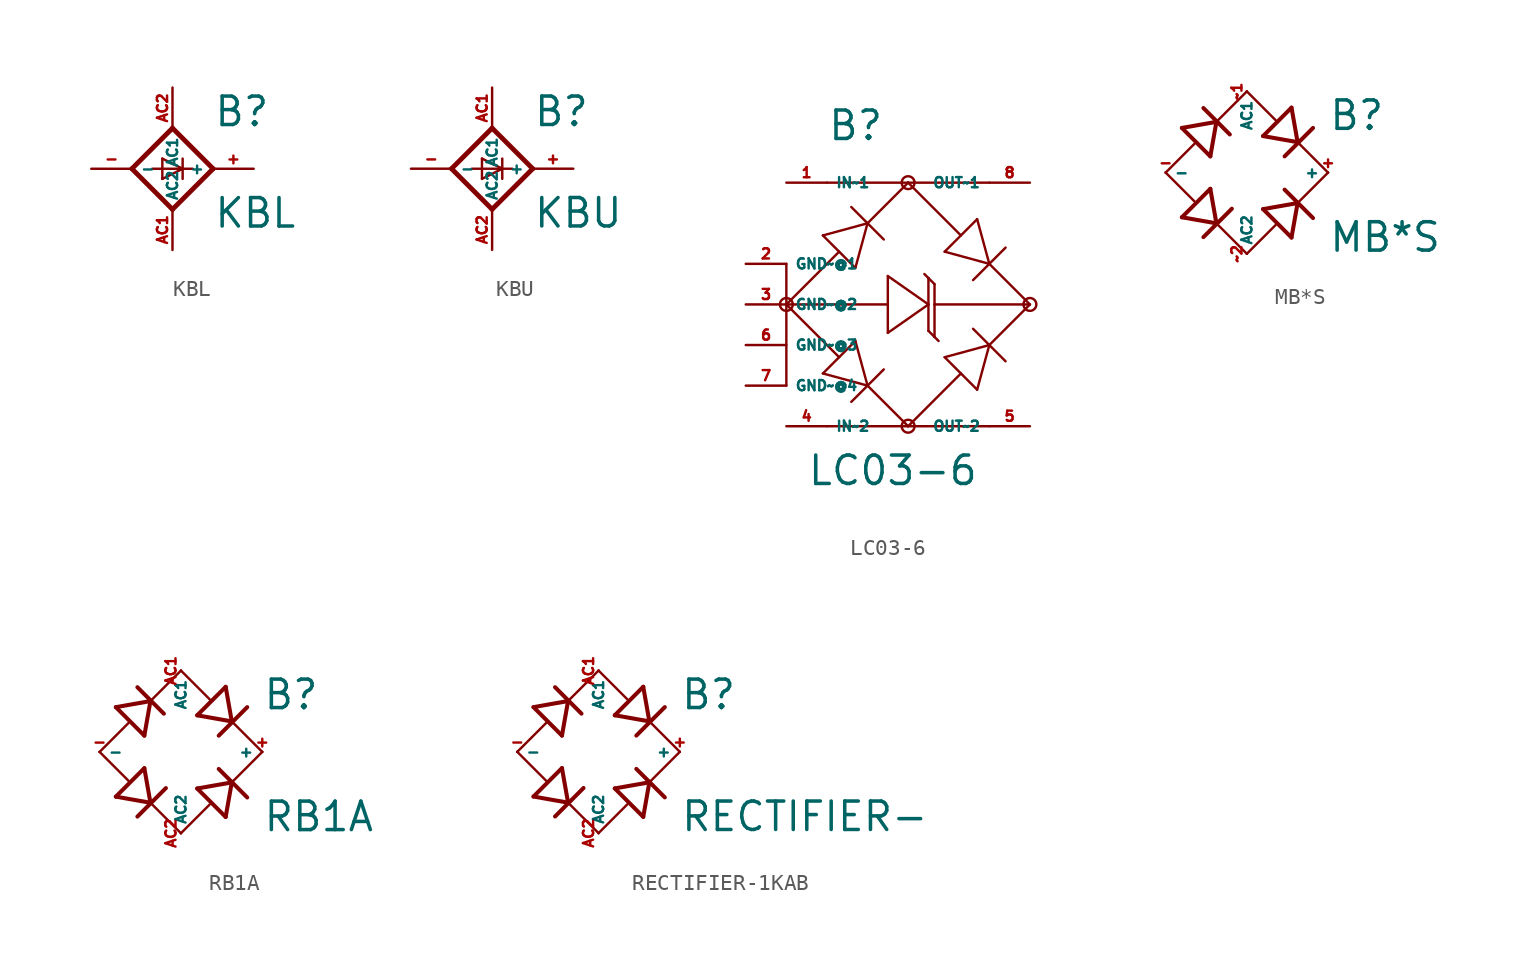
<source format=kicad_sym>
(kicad_symbol_lib
  (version 20220914)
  (generator Eagle2Kicad)
  (symbol "KBL"
    (property "Reference" "B"
      (at 2.54 2.54 0)
      (effects (font (size 1.778 1.778) (thickness 0.22)) (justify left bottom)))
    (property "Value" "KBL"
      (at 2.54 -3.81 0)
      (effects (font (size 1.778 1.778) (thickness 0.22)) (justify left bottom)))
    (polyline
      (pts (xy 0 -2.54) (xy 2.54 0))
      (stroke (width 0.305) (type default))
      (fill (type none)))
    (polyline
      (pts (xy 0 2.54) (xy -2.54 0))
      (stroke (width 0.305) (type default))
      (fill (type none)))
    (polyline
      (pts (xy -2.54 0) (xy 0 -2.54))
      (stroke (width 0.305) (type default))
      (fill (type none)))
    (polyline
      (pts (xy 2.54 0) (xy 0 2.54))
      (stroke (width 0.305) (type default))
      (fill (type none)))
    (polyline
      (pts (xy -1.27 0) (xy 0.635 0))
      (stroke (width 0.152) (type default))
      (fill (type none)))
    (polyline
      (pts (xy -0.635 0.635) (xy -0.635 -0.635))
      (stroke (width 0.152) (type default))
      (fill (type none)))
    (polyline
      (pts (xy -0.635 0.635) (xy 0.635 0))
      (stroke (width 0.152) (type default))
      (fill (type none)))
    (polyline
      (pts (xy 0.635 0) (xy 1.27 0))
      (stroke (width 0.152) (type default))
      (fill (type none)))
    (polyline
      (pts (xy 0.635 0) (xy -0.635 -0.635))
      (stroke (width 0.152) (type default))
      (fill (type none)))
    (polyline
      (pts (xy 0.635 0.635) (xy 0.635 -0.635))
      (stroke (width 0.152) (type default))
      (fill (type none)))
    (pin passive line
      (at 0 5.08 270)
      (length 2.54)
      (name "AC1" (effects (font (size 0.635 0.635) (thickness 0.08)) (justify left bottom)))
      (number "AC2" (effects (font (size 0.635 0.635) (thickness 0.08)) (justify left bottom))))
    (pin passive line
      (at 0 -5.08 90)
      (length 2.54)
      (name "AC2" (effects (font (size 0.635 0.635) (thickness 0.08)) (justify left bottom)))
      (number "AC1" (effects (font (size 0.635 0.635) (thickness 0.08)) (justify left bottom))))
    (pin passive line
      (at -5.08 0 0)
      (length 2.54)
      (name "-" (effects (font (size 0.635 0.635) (thickness 0.08)) (justify left bottom)))
      (number "-" (effects (font (size 0.635 0.635) (thickness 0.08)) (justify left bottom))))
    (pin passive line
      (at 5.08 0 180)
      (length 2.54)
      (name "+" (effects (font (size 0.635 0.635) (thickness 0.08)) (justify left bottom)))
      (number "+" (effects (font (size 0.635 0.635) (thickness 0.08)) (justify left bottom)))))
  (symbol "KBU"
    (property "Reference" "B"
      (at 2.54 2.54 0)
      (effects (font (size 1.778 1.778) (thickness 0.22)) (justify left bottom)))
    (property "Value" "KBU"
      (at 2.54 -3.81 0)
      (effects (font (size 1.778 1.778) (thickness 0.22)) (justify left bottom)))
    (polyline
      (pts (xy 0 -2.54) (xy 2.54 0))
      (stroke (width 0.305) (type default))
      (fill (type none)))
    (polyline
      (pts (xy 0 2.54) (xy -2.54 0))
      (stroke (width 0.305) (type default))
      (fill (type none)))
    (polyline
      (pts (xy -2.54 0) (xy 0 -2.54))
      (stroke (width 0.305) (type default))
      (fill (type none)))
    (polyline
      (pts (xy 2.54 0) (xy 0 2.54))
      (stroke (width 0.305) (type default))
      (fill (type none)))
    (polyline
      (pts (xy -1.27 0) (xy 0.635 0))
      (stroke (width 0.152) (type default))
      (fill (type none)))
    (polyline
      (pts (xy -0.635 0.635) (xy -0.635 -0.635))
      (stroke (width 0.152) (type default))
      (fill (type none)))
    (polyline
      (pts (xy -0.635 0.635) (xy 0.635 0))
      (stroke (width 0.152) (type default))
      (fill (type none)))
    (polyline
      (pts (xy 0.635 0) (xy 1.27 0))
      (stroke (width 0.152) (type default))
      (fill (type none)))
    (polyline
      (pts (xy 0.635 0) (xy -0.635 -0.635))
      (stroke (width 0.152) (type default))
      (fill (type none)))
    (polyline
      (pts (xy 0.635 0.635) (xy 0.635 -0.635))
      (stroke (width 0.152) (type default))
      (fill (type none)))
    (pin passive line
      (at 0 5.08 270)
      (length 2.54)
      (name "AC1" (effects (font (size 0.635 0.635) (thickness 0.08)) (justify left bottom)))
      (number "AC1" (effects (font (size 0.635 0.635) (thickness 0.08)) (justify left bottom))))
    (pin passive line
      (at 0 -5.08 90)
      (length 2.54)
      (name "AC2" (effects (font (size 0.635 0.635) (thickness 0.08)) (justify left bottom)))
      (number "AC2" (effects (font (size 0.635 0.635) (thickness 0.08)) (justify left bottom))))
    (pin passive line
      (at -5.08 0 0)
      (length 2.54)
      (name "-" (effects (font (size 0.635 0.635) (thickness 0.08)) (justify left bottom)))
      (number "-" (effects (font (size 0.635 0.635) (thickness 0.08)) (justify left bottom))))
    (pin passive line
      (at 5.08 0 180)
      (length 2.54)
      (name "+" (effects (font (size 0.635 0.635) (thickness 0.08)) (justify left bottom)))
      (number "+" (effects (font (size 0.635 0.635) (thickness 0.08)) (justify left bottom)))))
  (symbol "LC03-6"
    (property "Reference" "B"
      (at -12.7 10.16 0)
      (effects (font (size 1.778 1.778) (thickness 0.22)) (justify left bottom)))
    (property "Value" "LC03-6"
      (at -13.97 -11.43 0)
      (effects (font (size 1.778 1.778) (thickness 0.22)) (justify left bottom)))
    (polyline
      (pts (xy -15.24 -5.08) (xy -15.24 0))
      (stroke (width 0.152) (type default))
      (fill (type none)))
    (polyline
      (pts (xy -15.24 0) (xy -11.938 3.302))
      (stroke (width 0.152) (type default))
      (fill (type none)))
    (polyline
      (pts (xy -10.16 5.08) (xy -7.62 7.62))
      (stroke (width 0.152) (type default))
      (fill (type none)))
    (polyline
      (pts (xy -15.24 0) (xy -15.24 2.54))
      (stroke (width 0.152) (type default))
      (fill (type none)))
    (polyline
      (pts (xy -12.7 7.62) (xy -7.62 7.62))
      (stroke (width 0.152) (type default))
      (fill (type none)))
    (polyline
      (pts (xy -7.62 7.62) (xy -2.54 7.62))
      (stroke (width 0.152) (type default))
      (fill (type none)))
    (polyline
      (pts (xy -7.62 -7.62) (xy -12.7 -7.62))
      (stroke (width 0.152) (type default))
      (fill (type none)))
    (polyline
      (pts (xy -7.62 -7.62) (xy -2.54 -7.62))
      (stroke (width 0.152) (type default))
      (fill (type none)))
    (polyline
      (pts (xy -12.954 4.318) (xy -10.922 2.286))
      (stroke (width 0.152) (type default))
      (fill (type none)))
    (polyline
      (pts (xy -10.922 2.286) (xy -10.16 5.08))
      (stroke (width 0.152) (type default))
      (fill (type none)))
    (polyline
      (pts (xy -10.16 5.08) (xy -12.954 4.318))
      (stroke (width 0.152) (type default))
      (fill (type none)))
    (polyline
      (pts (xy -11.176 6.096) (xy -10.16 5.08))
      (stroke (width 0.152) (type default))
      (fill (type none)))
    (polyline
      (pts (xy -10.16 5.08) (xy -9.144 4.064))
      (stroke (width 0.152) (type default))
      (fill (type none)))
    (polyline
      (pts (xy -7.62 7.62) (xy -4.318 4.318))
      (stroke (width 0.152) (type default))
      (fill (type none)))
    (polyline
      (pts (xy -2.54 2.54) (xy 0 0))
      (stroke (width 0.152) (type default))
      (fill (type none)))
    (polyline
      (pts (xy -3.302 5.334) (xy -5.334 3.302))
      (stroke (width 0.152) (type default))
      (fill (type none)))
    (polyline
      (pts (xy -5.334 3.302) (xy -2.54 2.54))
      (stroke (width 0.152) (type default))
      (fill (type none)))
    (polyline
      (pts (xy -2.54 2.54) (xy -3.302 5.334))
      (stroke (width 0.152) (type default))
      (fill (type none)))
    (polyline
      (pts (xy -1.524 3.556) (xy -2.54 2.54))
      (stroke (width 0.152) (type default))
      (fill (type none)))
    (polyline
      (pts (xy -2.54 2.54) (xy -3.556 1.524))
      (stroke (width 0.152) (type default))
      (fill (type none)))
    (polyline
      (pts (xy -7.62 -7.62) (xy -4.318 -4.318))
      (stroke (width 0.152) (type default))
      (fill (type none)))
    (polyline
      (pts (xy -2.54 -2.54) (xy 0 0))
      (stroke (width 0.152) (type default))
      (fill (type none)))
    (polyline
      (pts (xy -5.334 -3.302) (xy -3.302 -5.334))
      (stroke (width 0.152) (type default))
      (fill (type none)))
    (polyline
      (pts (xy -3.302 -5.334) (xy -2.54 -2.54))
      (stroke (width 0.152) (type default))
      (fill (type none)))
    (polyline
      (pts (xy -2.54 -2.54) (xy -5.334 -3.302))
      (stroke (width 0.152) (type default))
      (fill (type none)))
    (polyline
      (pts (xy -3.556 -1.524) (xy -2.54 -2.54))
      (stroke (width 0.152) (type default))
      (fill (type none)))
    (polyline
      (pts (xy -2.54 -2.54) (xy -1.524 -3.556))
      (stroke (width 0.152) (type default))
      (fill (type none)))
    (polyline
      (pts (xy -15.24 0) (xy -11.938 -3.302))
      (stroke (width 0.152) (type default))
      (fill (type none)))
    (polyline
      (pts (xy -10.16 -5.08) (xy -7.62 -7.62))
      (stroke (width 0.152) (type default))
      (fill (type none)))
    (polyline
      (pts (xy -10.922 -2.286) (xy -12.954 -4.318))
      (stroke (width 0.152) (type default))
      (fill (type none)))
    (polyline
      (pts (xy -12.954 -4.318) (xy -10.16 -5.08))
      (stroke (width 0.152) (type default))
      (fill (type none)))
    (polyline
      (pts (xy -10.16 -5.08) (xy -10.922 -2.286))
      (stroke (width 0.152) (type default))
      (fill (type none)))
    (polyline
      (pts (xy -9.144 -4.064) (xy -10.16 -5.08))
      (stroke (width 0.152) (type default))
      (fill (type none)))
    (polyline
      (pts (xy -10.16 -5.08) (xy -11.176 -6.096))
      (stroke (width 0.152) (type default))
      (fill (type none)))
    (polyline
      (pts (xy -15.24 0) (xy -8.89 0))
      (stroke (width 0.152) (type default))
      (fill (type none)))
    (polyline
      (pts (xy -8.89 0) (xy -8.89 1.778))
      (stroke (width 0.152) (type default))
      (fill (type none)))
    (polyline
      (pts (xy -8.89 1.778) (xy -6.35 0))
      (stroke (width 0.152) (type default))
      (fill (type none)))
    (polyline
      (pts (xy -8.89 0) (xy -8.89 -1.778))
      (stroke (width 0.152) (type default))
      (fill (type none)))
    (polyline
      (pts (xy -6.35 0) (xy -8.89 -1.778))
      (stroke (width 0.152) (type default))
      (fill (type none)))
    (polyline
      (pts (xy -6.35 0) (xy -6.35 1.651))
      (stroke (width 0.152) (type default))
      (fill (type none)))
    (polyline
      (pts (xy -6.604 1.905) (xy -6.35 1.651))
      (stroke (width 0.152) (type default))
      (fill (type none)))
    (polyline
      (pts (xy -6.35 1.651) (xy -5.969 1.27))
      (stroke (width 0.152) (type default))
      (fill (type none)))
    (polyline
      (pts (xy -5.969 1.27) (xy -5.969 0))
      (stroke (width 0.152) (type default))
      (fill (type none)))
    (polyline
      (pts (xy -5.969 0) (xy -5.969 -2.032))
      (stroke (width 0.152) (type default))
      (fill (type none)))
    (polyline
      (pts (xy -6.35 0) (xy -6.35 -1.651))
      (stroke (width 0.152) (type default))
      (fill (type none)))
    (polyline
      (pts (xy -5.715 -2.286) (xy -5.969 -2.032))
      (stroke (width 0.152) (type default))
      (fill (type none)))
    (polyline
      (pts (xy -5.969 -2.032) (xy -6.35 -1.651))
      (stroke (width 0.152) (type default))
      (fill (type none)))
    (polyline
      (pts (xy -5.969 0) (xy 0 0))
      (stroke (width 0.152) (type default))
      (fill (type none)))
    (circle
      (center 0 0)
      (radius 0.402)
      (stroke (width 0) (type default))
      (fill (type none)))
    (circle
      (center -7.62 7.62)
      (radius 0.402)
      (stroke (width 0) (type default))
      (fill (type none)))
    (circle
      (center -15.24 0)
      (radius 0.402)
      (stroke (width 0) (type default))
      (fill (type none)))
    (circle
      (center -7.62 -7.62)
      (radius 0.402)
      (stroke (width 0) (type default))
      (fill (type none)))
    (pin passive line
      (at -15.24 7.62 0)
      (length 2.54)
      (name "IN~1" (effects (font (size 0.635 0.635) (thickness 0.08)) (justify left bottom)))
      (number "1" (effects (font (size 0.635 0.635) (thickness 0.08)) (justify left bottom))))
    (pin passive line
      (at -15.24 -7.62 0)
      (length 2.54)
      (name "IN~2" (effects (font (size 0.635 0.635) (thickness 0.08)) (justify left bottom)))
      (number "4" (effects (font (size 0.635 0.635) (thickness 0.08)) (justify left bottom))))
    (pin passive line
      (at 0 7.62 180)
      (length 2.54)
      (name "OUT~1" (effects (font (size 0.635 0.635) (thickness 0.08)) (justify left bottom)))
      (number "8" (effects (font (size 0.635 0.635) (thickness 0.08)) (justify left bottom))))
    (pin passive line
      (at 0 -7.62 180)
      (length 2.54)
      (name "OUT~2" (effects (font (size 0.635 0.635) (thickness 0.08)) (justify left bottom)))
      (number "5" (effects (font (size 0.635 0.635) (thickness 0.08)) (justify left bottom))))
    (pin passive line
      (at -17.78 2.54 0)
      (length 2.54)
      (name "GND~@1" (effects (font (size 0.635 0.635) (thickness 0.08)) (justify left bottom)))
      (number "2" (effects (font (size 0.635 0.635) (thickness 0.08)) (justify left bottom))))
    (pin passive line
      (at -17.78 0 0)
      (length 2.54)
      (name "GND~@2" (effects (font (size 0.635 0.635) (thickness 0.08)) (justify left bottom)))
      (number "3" (effects (font (size 0.635 0.635) (thickness 0.08)) (justify left bottom))))
    (pin passive line
      (at -17.78 -2.54 0)
      (length 2.54)
      (name "GND~@3" (effects (font (size 0.635 0.635) (thickness 0.08)) (justify left bottom)))
      (number "6" (effects (font (size 0.635 0.635) (thickness 0.08)) (justify left bottom))))
    (pin passive line
      (at -17.78 -5.08 0)
      (length 2.54)
      (name "GND~@4" (effects (font (size 0.635 0.635) (thickness 0.08)) (justify left bottom)))
      (number "7" (effects (font (size 0.635 0.635) (thickness 0.08)) (justify left bottom)))))
  (symbol "MB*S"
    (property "Reference" "B"
      (at 5.08 2.54 0)
      (effects (font (size 1.778 1.778) (thickness 0.22)) (justify left bottom)))
    (property "Value" "MB*S"
      (at 5.08 -5.08 0)
      (effects (font (size 1.778 1.778) (thickness 0.22)) (justify left bottom)))
    (polyline
      (pts (xy -1.905 -3.175) (xy -4.064 -2.794))
      (stroke (width 0.254) (type default))
      (fill (type none)))
    (polyline
      (pts (xy -1.905 -3.175) (xy -2.286 -1.016))
      (stroke (width 0.254) (type default))
      (fill (type none)))
    (polyline
      (pts (xy -2.718 -4.039) (xy -0.94 -2.261))
      (stroke (width 0.254) (type default))
      (fill (type none)))
    (polyline
      (pts (xy -1.905 3.175) (xy -4.064 2.794))
      (stroke (width 0.254) (type default))
      (fill (type none)))
    (polyline
      (pts (xy -1.905 3.175) (xy -2.286 1.016))
      (stroke (width 0.254) (type default))
      (fill (type none)))
    (polyline
      (pts (xy -2.718 4.039) (xy -1.067 2.388))
      (stroke (width 0.254) (type default))
      (fill (type none)))
    (polyline
      (pts (xy 3.175 1.905) (xy 2.794 4.064))
      (stroke (width 0.254) (type default))
      (fill (type none)))
    (polyline
      (pts (xy 3.175 1.905) (xy 1.016 2.286))
      (stroke (width 0.254) (type default))
      (fill (type none)))
    (polyline
      (pts (xy 2.362 1.016) (xy 4.14 2.794))
      (stroke (width 0.254) (type default))
      (fill (type none)))
    (polyline
      (pts (xy 3.175 -1.905) (xy 2.794 -4.064))
      (stroke (width 0.254) (type default))
      (fill (type none)))
    (polyline
      (pts (xy 3.175 -1.905) (xy 1.016 -2.286))
      (stroke (width 0.254) (type default))
      (fill (type none)))
    (polyline
      (pts (xy 2.362 -1.067) (xy 4.14 -2.845))
      (stroke (width 0.254) (type default))
      (fill (type none)))
    (polyline
      (pts (xy 5.08 0) (xy 3.175 -1.905))
      (stroke (width 0.152) (type default))
      (fill (type none)))
    (polyline
      (pts (xy 0 -5.08) (xy -1.905 -3.175))
      (stroke (width 0.152) (type default))
      (fill (type none)))
    (polyline
      (pts (xy -3.277 -1.803) (xy -5.08 0))
      (stroke (width 0.152) (type default))
      (fill (type none)))
    (polyline
      (pts (xy -4.064 -2.794) (xy -2.286 -1.016))
      (stroke (width 0.254) (type default))
      (fill (type none)))
    (polyline
      (pts (xy -5.08 0) (xy -3.277 1.803))
      (stroke (width 0.152) (type default))
      (fill (type none)))
    (polyline
      (pts (xy -4.064 2.794) (xy -2.286 1.016))
      (stroke (width 0.254) (type default))
      (fill (type none)))
    (polyline
      (pts (xy -1.905 3.175) (xy 0 5.08))
      (stroke (width 0.152) (type default))
      (fill (type none)))
    (polyline
      (pts (xy 0 5.08) (xy 1.803 3.277))
      (stroke (width 0.152) (type default))
      (fill (type none)))
    (polyline
      (pts (xy 1.016 2.286) (xy 2.794 4.064))
      (stroke (width 0.254) (type default))
      (fill (type none)))
    (polyline
      (pts (xy 3.175 1.905) (xy 5.08 0))
      (stroke (width 0.152) (type default))
      (fill (type none)))
    (polyline
      (pts (xy 0 -5.08) (xy 1.803 -3.277))
      (stroke (width 0.152) (type default))
      (fill (type none)))
    (polyline
      (pts (xy 1.016 -2.286) (xy 2.794 -4.064))
      (stroke (width 0.254) (type default))
      (fill (type none)))
    (pin passive line
      (at 0 5.08 270)
      (length 0)
      (name "AC1" (effects (font (size 0.635 0.635) (thickness 0.08)) (justify left bottom)))
      (number "~1" (effects (font (size 0.635 0.635) (thickness 0.08)) (justify left bottom))))
    (pin passive line
      (at 5.08 0 180)
      (length 0)
      (name "+" (effects (font (size 0.635 0.635) (thickness 0.08)) (justify left bottom)))
      (number "+" (effects (font (size 0.635 0.635) (thickness 0.08)) (justify left bottom))))
    (pin passive line
      (at 0 -5.08 90)
      (length 0)
      (name "AC2" (effects (font (size 0.635 0.635) (thickness 0.08)) (justify left bottom)))
      (number "~2" (effects (font (size 0.635 0.635) (thickness 0.08)) (justify left bottom))))
    (pin passive line
      (at -5.08 0 0)
      (length 0)
      (name "-" (effects (font (size 0.635 0.635) (thickness 0.08)) (justify left bottom)))
      (number "-" (effects (font (size 0.635 0.635) (thickness 0.08)) (justify left bottom)))))
  (symbol "RB1A"
    (property "Reference" "B"
      (at 5.08 2.54 0)
      (effects (font (size 1.778 1.778) (thickness 0.22)) (justify left bottom)))
    (property "Value" "RB1A"
      (at 5.08 -5.08 0)
      (effects (font (size 1.778 1.778) (thickness 0.22)) (justify left bottom)))
    (polyline
      (pts (xy -1.905 -3.175) (xy -4.064 -2.794))
      (stroke (width 0.254) (type default))
      (fill (type none)))
    (polyline
      (pts (xy -1.905 -3.175) (xy -2.286 -1.016))
      (stroke (width 0.254) (type default))
      (fill (type none)))
    (polyline
      (pts (xy -2.718 -4.039) (xy -0.94 -2.261))
      (stroke (width 0.254) (type default))
      (fill (type none)))
    (polyline
      (pts (xy -1.905 3.175) (xy -4.064 2.794))
      (stroke (width 0.254) (type default))
      (fill (type none)))
    (polyline
      (pts (xy -1.905 3.175) (xy -2.286 1.016))
      (stroke (width 0.254) (type default))
      (fill (type none)))
    (polyline
      (pts (xy -2.718 4.039) (xy -1.067 2.388))
      (stroke (width 0.254) (type default))
      (fill (type none)))
    (polyline
      (pts (xy 3.175 1.905) (xy 2.794 4.064))
      (stroke (width 0.254) (type default))
      (fill (type none)))
    (polyline
      (pts (xy 3.175 1.905) (xy 1.016 2.286))
      (stroke (width 0.254) (type default))
      (fill (type none)))
    (polyline
      (pts (xy 2.362 1.016) (xy 4.14 2.794))
      (stroke (width 0.254) (type default))
      (fill (type none)))
    (polyline
      (pts (xy 3.175 -1.905) (xy 2.794 -4.064))
      (stroke (width 0.254) (type default))
      (fill (type none)))
    (polyline
      (pts (xy 3.175 -1.905) (xy 1.016 -2.286))
      (stroke (width 0.254) (type default))
      (fill (type none)))
    (polyline
      (pts (xy 2.362 -1.067) (xy 4.14 -2.845))
      (stroke (width 0.254) (type default))
      (fill (type none)))
    (polyline
      (pts (xy 5.08 0) (xy 3.175 -1.905))
      (stroke (width 0.152) (type default))
      (fill (type none)))
    (polyline
      (pts (xy 0 -5.08) (xy -1.905 -3.175))
      (stroke (width 0.152) (type default))
      (fill (type none)))
    (polyline
      (pts (xy -3.277 -1.803) (xy -5.08 0))
      (stroke (width 0.152) (type default))
      (fill (type none)))
    (polyline
      (pts (xy -4.064 -2.794) (xy -2.286 -1.016))
      (stroke (width 0.254) (type default))
      (fill (type none)))
    (polyline
      (pts (xy -5.08 0) (xy -3.277 1.803))
      (stroke (width 0.152) (type default))
      (fill (type none)))
    (polyline
      (pts (xy -4.064 2.794) (xy -2.286 1.016))
      (stroke (width 0.254) (type default))
      (fill (type none)))
    (polyline
      (pts (xy -1.905 3.175) (xy 0 5.08))
      (stroke (width 0.152) (type default))
      (fill (type none)))
    (polyline
      (pts (xy 0 5.08) (xy 1.803 3.277))
      (stroke (width 0.152) (type default))
      (fill (type none)))
    (polyline
      (pts (xy 1.016 2.286) (xy 2.794 4.064))
      (stroke (width 0.254) (type default))
      (fill (type none)))
    (polyline
      (pts (xy 3.175 1.905) (xy 5.08 0))
      (stroke (width 0.152) (type default))
      (fill (type none)))
    (polyline
      (pts (xy 0 -5.08) (xy 1.803 -3.277))
      (stroke (width 0.152) (type default))
      (fill (type none)))
    (polyline
      (pts (xy 1.016 -2.286) (xy 2.794 -4.064))
      (stroke (width 0.254) (type default))
      (fill (type none)))
    (pin passive line
      (at 0 5.08 270)
      (length 0)
      (name "AC1" (effects (font (size 0.635 0.635) (thickness 0.08)) (justify left bottom)))
      (number "AC1" (effects (font (size 0.635 0.635) (thickness 0.08)) (justify left bottom))))
    (pin passive line
      (at 5.08 0 180)
      (length 0)
      (name "+" (effects (font (size 0.635 0.635) (thickness 0.08)) (justify left bottom)))
      (number "+" (effects (font (size 0.635 0.635) (thickness 0.08)) (justify left bottom))))
    (pin passive line
      (at 0 -5.08 90)
      (length 0)
      (name "AC2" (effects (font (size 0.635 0.635) (thickness 0.08)) (justify left bottom)))
      (number "AC2" (effects (font (size 0.635 0.635) (thickness 0.08)) (justify left bottom))))
    (pin passive line
      (at -5.08 0 0)
      (length 0)
      (name "-" (effects (font (size 0.635 0.635) (thickness 0.08)) (justify left bottom)))
      (number "-" (effects (font (size 0.635 0.635) (thickness 0.08)) (justify left bottom)))))
  (symbol "RECTIFIER-1KAB"
    (property "Reference" "B"
      (at 5.08 2.54 0)
      (effects (font (size 1.778 1.778) (thickness 0.22)) (justify left bottom)))
    (property "Value" "RECTIFIER-"
      (at 5.08 -5.08 0)
      (effects (font (size 1.778 1.778) (thickness 0.22)) (justify left bottom)))
    (polyline
      (pts (xy -1.905 -3.175) (xy -4.064 -2.794))
      (stroke (width 0.254) (type default))
      (fill (type none)))
    (polyline
      (pts (xy -1.905 -3.175) (xy -2.286 -1.016))
      (stroke (width 0.254) (type default))
      (fill (type none)))
    (polyline
      (pts (xy -2.718 -4.039) (xy -0.94 -2.261))
      (stroke (width 0.254) (type default))
      (fill (type none)))
    (polyline
      (pts (xy -1.905 3.175) (xy -4.064 2.794))
      (stroke (width 0.254) (type default))
      (fill (type none)))
    (polyline
      (pts (xy -1.905 3.175) (xy -2.286 1.016))
      (stroke (width 0.254) (type default))
      (fill (type none)))
    (polyline
      (pts (xy -2.718 4.039) (xy -1.067 2.388))
      (stroke (width 0.254) (type default))
      (fill (type none)))
    (polyline
      (pts (xy 3.175 1.905) (xy 2.794 4.064))
      (stroke (width 0.254) (type default))
      (fill (type none)))
    (polyline
      (pts (xy 3.175 1.905) (xy 1.016 2.286))
      (stroke (width 0.254) (type default))
      (fill (type none)))
    (polyline
      (pts (xy 2.362 1.016) (xy 4.14 2.794))
      (stroke (width 0.254) (type default))
      (fill (type none)))
    (polyline
      (pts (xy 3.175 -1.905) (xy 2.794 -4.064))
      (stroke (width 0.254) (type default))
      (fill (type none)))
    (polyline
      (pts (xy 3.175 -1.905) (xy 1.016 -2.286))
      (stroke (width 0.254) (type default))
      (fill (type none)))
    (polyline
      (pts (xy 2.362 -1.067) (xy 4.14 -2.845))
      (stroke (width 0.254) (type default))
      (fill (type none)))
    (polyline
      (pts (xy 5.08 0) (xy 3.175 -1.905))
      (stroke (width 0.152) (type default))
      (fill (type none)))
    (polyline
      (pts (xy 0 -5.08) (xy -1.905 -3.175))
      (stroke (width 0.152) (type default))
      (fill (type none)))
    (polyline
      (pts (xy -3.277 -1.803) (xy -5.08 0))
      (stroke (width 0.152) (type default))
      (fill (type none)))
    (polyline
      (pts (xy -4.064 -2.794) (xy -2.286 -1.016))
      (stroke (width 0.254) (type default))
      (fill (type none)))
    (polyline
      (pts (xy -5.08 0) (xy -3.277 1.803))
      (stroke (width 0.152) (type default))
      (fill (type none)))
    (polyline
      (pts (xy -4.064 2.794) (xy -2.286 1.016))
      (stroke (width 0.254) (type default))
      (fill (type none)))
    (polyline
      (pts (xy -1.905 3.175) (xy 0 5.08))
      (stroke (width 0.152) (type default))
      (fill (type none)))
    (polyline
      (pts (xy 0 5.08) (xy 1.803 3.277))
      (stroke (width 0.152) (type default))
      (fill (type none)))
    (polyline
      (pts (xy 1.016 2.286) (xy 2.794 4.064))
      (stroke (width 0.254) (type default))
      (fill (type none)))
    (polyline
      (pts (xy 3.175 1.905) (xy 5.08 0))
      (stroke (width 0.152) (type default))
      (fill (type none)))
    (polyline
      (pts (xy 0 -5.08) (xy 1.803 -3.277))
      (stroke (width 0.152) (type default))
      (fill (type none)))
    (polyline
      (pts (xy 1.016 -2.286) (xy 2.794 -4.064))
      (stroke (width 0.254) (type default))
      (fill (type none)))
    (pin passive line
      (at 0 5.08 270)
      (length 0)
      (name "AC1" (effects (font (size 0.635 0.635) (thickness 0.08)) (justify left bottom)))
      (number "AC1" (effects (font (size 0.635 0.635) (thickness 0.08)) (justify left bottom))))
    (pin passive line
      (at 5.08 0 180)
      (length 0)
      (name "+" (effects (font (size 0.635 0.635) (thickness 0.08)) (justify left bottom)))
      (number "+" (effects (font (size 0.635 0.635) (thickness 0.08)) (justify left bottom))))
    (pin passive line
      (at 0 -5.08 90)
      (length 0)
      (name "AC2" (effects (font (size 0.635 0.635) (thickness 0.08)) (justify left bottom)))
      (number "AC2" (effects (font (size 0.635 0.635) (thickness 0.08)) (justify left bottom))))
    (pin passive line
      (at -5.08 0 0)
      (length 0)
      (name "-" (effects (font (size 0.635 0.635) (thickness 0.08)) (justify left bottom)))
      (number "-" (effects (font (size 0.635 0.635) (thickness 0.08)) (justify left bottom))))))
</source>
